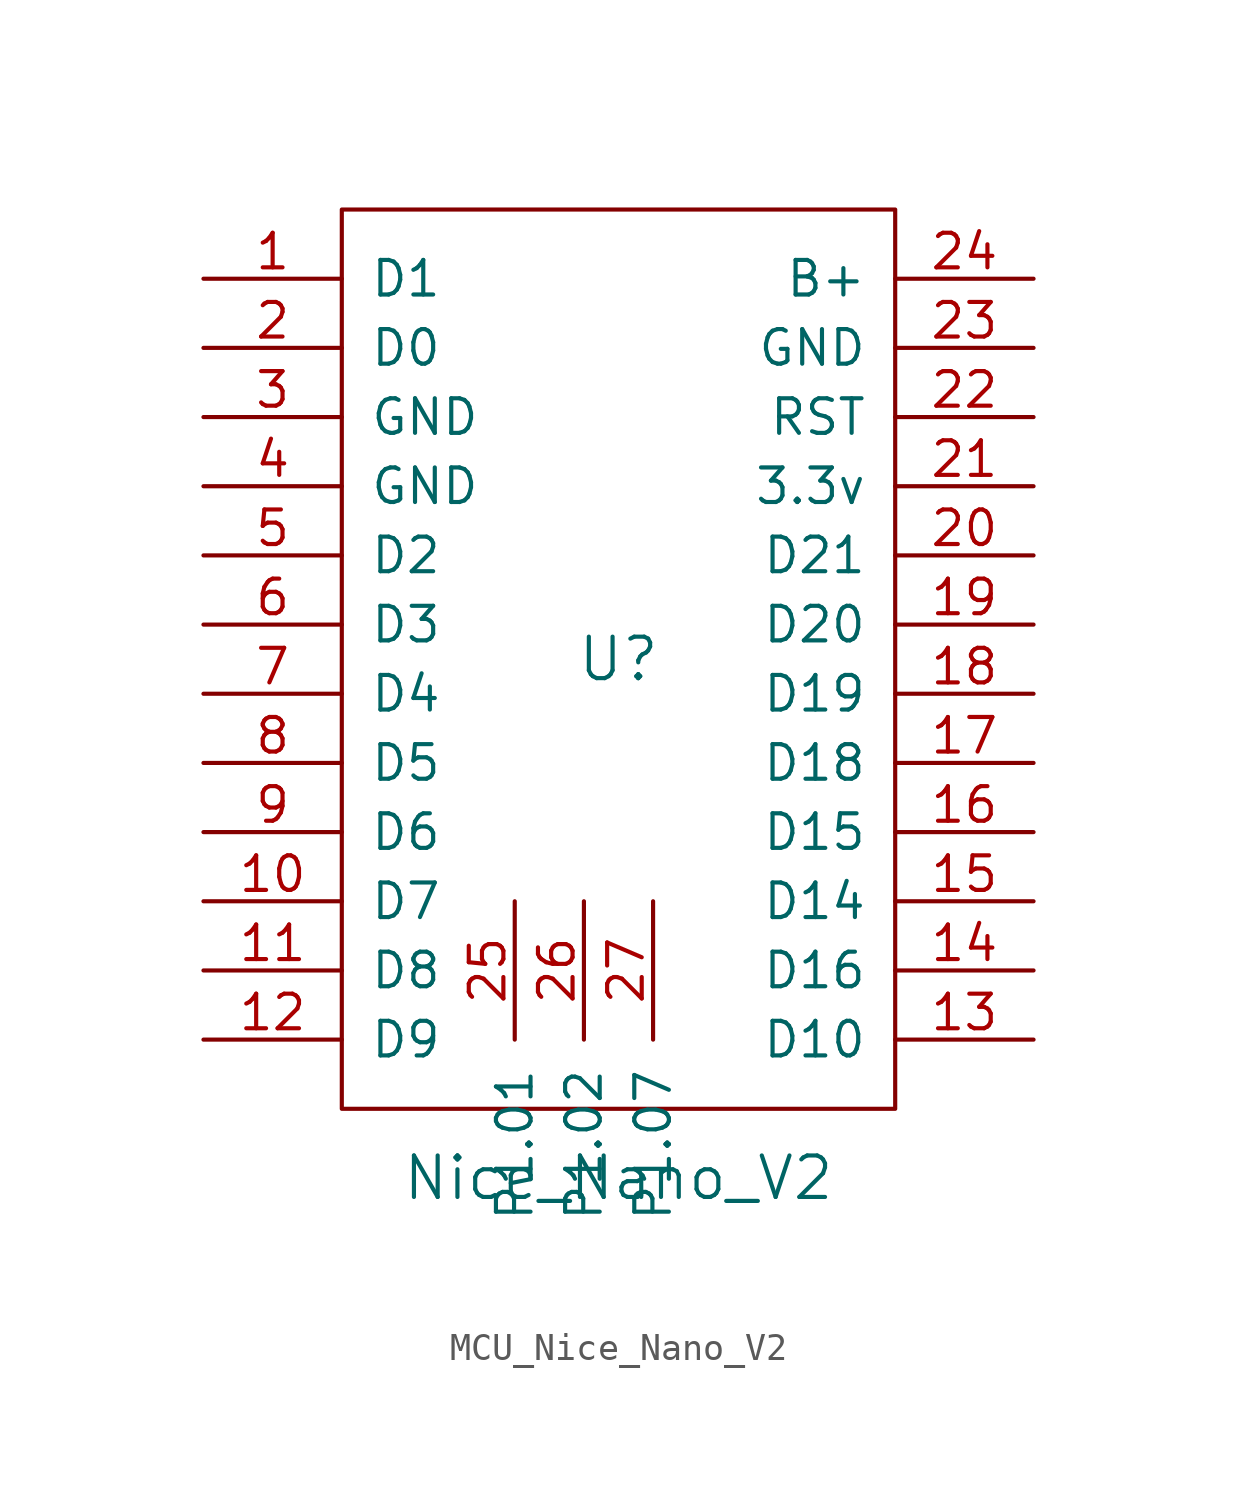
<source format=kicad_sym>
(kicad_symbol_lib
  (version 20231120)
  (generator "kicad_symbol_editor")
  (generator_version "8.0")
  (symbol "MCU_Nice_Nano_V2"
    (pin_names
      (offset 1.016))
    (property "Reference" "U"
      (at 0 0 0)
      (effects (font (size 1.524 1.524))))
    (property "Value" "Nice_Nano_V2"
      (at 0 -19.05 0)
      (effects (font (size 1.524 1.524))))
    (symbol "MCU_Nice_Nano_V2_0_1"
      (rectangle (start -10.16 16.51) (end 10.16 -16.51) (stroke (width 0) (type solid)) (fill (type none))))
    (symbol "MCU_Nice_Nano_V2_1_1"
      (pin input line (at -15.24 13.97 0) (length 5.08) (name "D1" (effects (font (size 1.27 1.27)))) (number "1" (effects (font (size 1.27 1.27)))))
      (pin input line (at -15.24 -8.89 0) (length 5.08) (name "D7" (effects (font (size 1.27 1.27)))) (number "10" (effects (font (size 1.27 1.27)))))
      (pin input line (at -15.24 -11.43 0) (length 5.08) (name "D8" (effects (font (size 1.27 1.27)))) (number "11" (effects (font (size 1.27 1.27)))))
      (pin input line (at -15.24 -13.97 0) (length 5.08) (name "D9" (effects (font (size 1.27 1.27)))) (number "12" (effects (font (size 1.27 1.27)))))
      (pin input line (at 15.24 -13.97 180) (length 5.08) (name "D10" (effects (font (size 1.27 1.27)))) (number "13" (effects (font (size 1.27 1.27)))))
      (pin input line (at 15.24 -11.43 180) (length 5.08) (name "D16" (effects (font (size 1.27 1.27)))) (number "14" (effects (font (size 1.27 1.27)))))
      (pin input line (at 15.24 -8.89 180) (length 5.08) (name "D14" (effects (font (size 1.27 1.27)))) (number "15" (effects (font (size 1.27 1.27)))))
      (pin input line (at 15.24 -6.35 180) (length 5.08) (name "D15" (effects (font (size 1.27 1.27)))) (number "16" (effects (font (size 1.27 1.27)))))
      (pin input line (at 15.24 -3.81 180) (length 5.08) (name "D18" (effects (font (size 1.27 1.27)))) (number "17" (effects (font (size 1.27 1.27)))))
      (pin input line (at 15.24 -1.27 180) (length 5.08) (name "D19" (effects (font (size 1.27 1.27)))) (number "18" (effects (font (size 1.27 1.27)))))
      (pin input line (at 15.24 1.27 180) (length 5.08) (name "D20" (effects (font (size 1.27 1.27)))) (number "19" (effects (font (size 1.27 1.27)))))
      (pin input line (at -15.24 11.43 0) (length 5.08) (name "D0" (effects (font (size 1.27 1.27)))) (number "2" (effects (font (size 1.27 1.27)))))
      (pin input line (at 15.24 3.81 180) (length 5.08) (name "D21" (effects (font (size 1.27 1.27)))) (number "20" (effects (font (size 1.27 1.27)))))
      (pin input line (at 15.24 6.35 180) (length 5.08) (name "3.3v" (effects (font (size 1.27 1.27)))) (number "21" (effects (font (size 1.27 1.27)))))
      (pin input line (at 15.24 8.89 180) (length 5.08) (name "RST" (effects (font (size 1.27 1.27)))) (number "22" (effects (font (size 1.27 1.27)))))
      (pin input line (at 15.24 11.43 180) (length 5.08) (name "GND" (effects (font (size 1.27 1.27)))) (number "23" (effects (font (size 1.27 1.27)))))
      (pin input line (at 15.24 13.97 180) (length 5.08) (name "B+" (effects (font (size 1.27 1.27)))) (number "24" (effects (font (size 1.27 1.27)))))
      (pin input line (at -3.81 -8.89 270) (length 5.08) (name "P1.01" (effects (font (size 1.27 1.27)))) (number "25" (effects (font (size 1.27 1.27)))))
      (pin input line (at -1.27 -8.89 270) (length 5.08) (name "P1.02" (effects (font (size 1.27 1.27)))) (number "26" (effects (font (size 1.27 1.27)))))
      (pin input line (at 1.27 -8.89 270) (length 5.08) (name "P1.07" (effects (font (size 1.27 1.27)))) (number "27" (effects (font (size 1.27 1.27)))))
      (pin input line (at -15.24 8.89 0) (length 5.08) (name "GND" (effects (font (size 1.27 1.27)))) (number "3" (effects (font (size 1.27 1.27)))))
      (pin input line (at -15.24 6.35 0) (length 5.08) (name "GND" (effects (font (size 1.27 1.27)))) (number "4" (effects (font (size 1.27 1.27)))))
      (pin input line (at -15.24 3.81 0) (length 5.08) (name "D2" (effects (font (size 1.27 1.27)))) (number "5" (effects (font (size 1.27 1.27)))))
      (pin input line (at -15.24 1.27 0) (length 5.08) (name "D3" (effects (font (size 1.27 1.27)))) (number "6" (effects (font (size 1.27 1.27)))))
      (pin input line (at -15.24 -1.27 0) (length 5.08) (name "D4" (effects (font (size 1.27 1.27)))) (number "7" (effects (font (size 1.27 1.27)))))
      (pin input line (at -15.24 -3.81 0) (length 5.08) (name "D5" (effects (font (size 1.27 1.27)))) (number "8" (effects (font (size 1.27 1.27)))))
      (pin input line (at -15.24 -6.35 0) (length 5.08) (name "D6" (effects (font (size 1.27 1.27)))) (number "9" (effects (font (size 1.27 1.27))))))))
</source>
